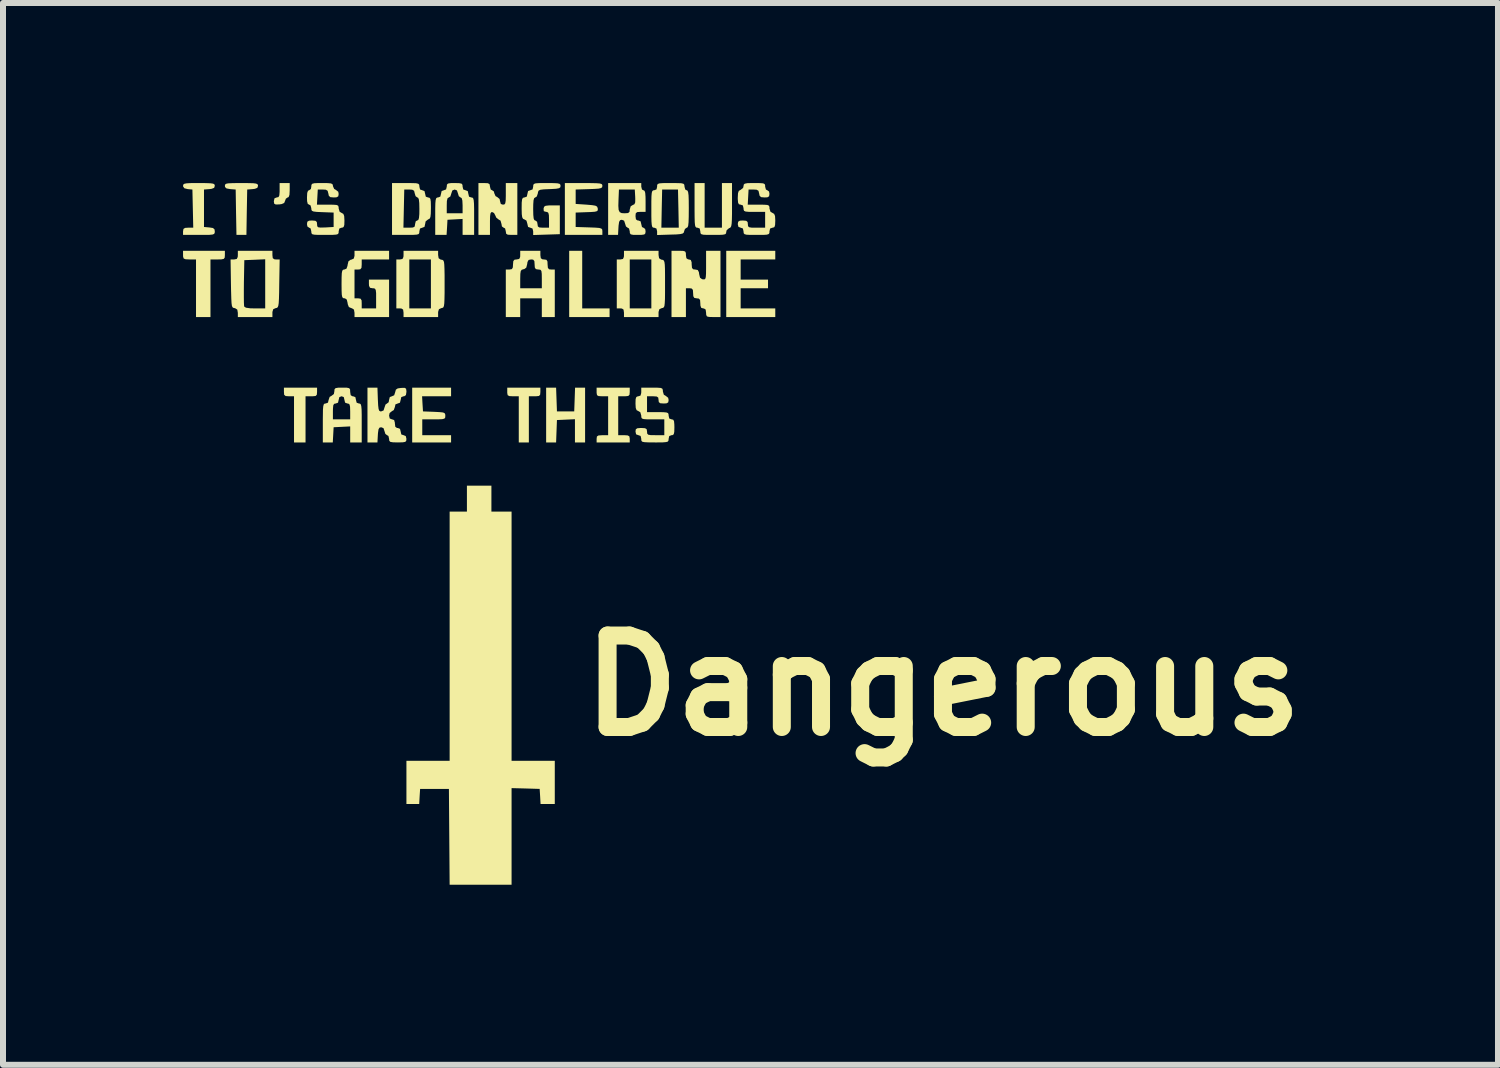
<source format=kicad_pcb>
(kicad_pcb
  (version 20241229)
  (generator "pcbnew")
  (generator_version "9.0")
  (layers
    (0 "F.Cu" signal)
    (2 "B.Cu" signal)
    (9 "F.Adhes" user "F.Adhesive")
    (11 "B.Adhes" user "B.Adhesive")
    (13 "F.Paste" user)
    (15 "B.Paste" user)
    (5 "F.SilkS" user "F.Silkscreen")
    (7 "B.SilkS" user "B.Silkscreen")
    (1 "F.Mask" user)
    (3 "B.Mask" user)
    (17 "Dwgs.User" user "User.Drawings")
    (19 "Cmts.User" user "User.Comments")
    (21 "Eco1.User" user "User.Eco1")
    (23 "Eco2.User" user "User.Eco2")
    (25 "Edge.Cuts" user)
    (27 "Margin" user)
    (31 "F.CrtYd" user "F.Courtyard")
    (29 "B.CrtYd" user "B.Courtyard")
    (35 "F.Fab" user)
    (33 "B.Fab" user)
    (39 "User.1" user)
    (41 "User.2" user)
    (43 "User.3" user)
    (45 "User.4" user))
  (footprint "Dangerous"
    (layer "F.Cu")
    (at 5.042 5.834)
    (property "Reference" "Dangerous" (at 7.62 2.54 0) (layer "F.SilkS") (effects (font (size 1.524 1.524) (thickness 0.3))))
    (attr board_only exclude_from_pos_files exclude_from_bom)
    (fp_poly (pts (xy 1.609 -3.745) (xy 2.065 -3.745) (xy 2.065 -3.601) (xy 1.392 -3.601) (xy 1.392 -4.705) (xy 1.609 -4.705)) (stroke (width 0) (type solid)) (fill yes) (layer "F.SilkS"))
    (fp_poly (pts (xy 4.826 -4.561) (xy 4.249 -4.561) (xy 4.249 -4.225) (xy 4.705 -4.225) (xy 4.705 -4.081) (xy 4.249 -4.081) (xy 4.249 -3.745) (xy 4.826 -3.745) (xy 4.826 -3.601) (xy 4.009 -3.601) (xy 4.009 -4.705) (xy 4.826 -4.705)) (stroke (width 0) (type solid)) (fill yes) (layer "F.SilkS"))
    (fp_poly (pts (xy -2.809 -2.353) (xy -2.813 -2.307) (xy -2.833 -2.286) (xy -2.884 -2.281) (xy -2.905 -2.281) (xy -3.001 -2.281) (xy -3.001 -1.512) (xy -3.193 -1.512) (xy -3.193 -2.281) (xy -3.277 -2.281) (xy -3.333 -2.285) (xy -3.357 -2.305) (xy -3.361 -2.353) (xy -3.361 -2.425) (xy -2.809 -2.425)) (stroke (width 0) (type solid)) (fill yes) (layer "F.SilkS"))
    (fp_poly (pts (xy -4.345 -4.633) (xy -4.348 -4.591) (xy -4.364 -4.57) (xy -4.406 -4.562) (xy -4.465 -4.561) (xy -4.585 -4.561) (xy -4.585 -3.601) (xy -4.826 -3.601) (xy -4.826 -4.561) (xy -4.934 -4.561) (xy -5 -4.564) (xy -5.031 -4.576) (xy -5.041 -4.606) (xy -5.042 -4.633) (xy -5.042 -4.705) (xy -4.345 -4.705)) (stroke (width 0) (type solid)) (fill yes) (layer "F.SilkS"))
    (fp_poly (pts (xy 0.912 -2.353) (xy 0.908 -2.307) (xy 0.888 -2.286) (xy 0.837 -2.281) (xy 0.816 -2.281) (xy 0.72 -2.281) (xy 0.72 -1.512) (xy 0.552 -1.512) (xy 0.552 -2.281) (xy 0.456 -2.281) (xy 0.395 -2.284) (xy 0.367 -2.299) (xy 0.36 -2.337) (xy 0.36 -2.353) (xy 0.36 -2.425) (xy 0.912 -2.425)) (stroke (width 0) (type solid)) (fill yes) (layer "F.SilkS"))
    (fp_poly (pts (xy 1.181 -2.227) (xy 1.188 -2.029) (xy 1.476 -2.029) (xy 1.483 -2.227) (xy 1.49 -2.425) (xy 1.657 -2.425) (xy 1.657 -1.512) (xy 1.488 -1.512) (xy 1.488 -1.899) (xy 1.338 -1.892) (xy 1.188 -1.885) (xy 1.181 -1.699) (xy 1.174 -1.512) (xy 1.008 -1.512) (xy 1.008 -2.425) (xy 1.174 -2.425)) (stroke (width 0) (type solid)) (fill yes) (layer "F.SilkS"))
    (fp_poly (pts (xy -3.265 -5.714) (xy -3.269 -5.637) (xy -3.283 -5.6) (xy -3.299 -5.594) (xy -3.329 -5.573) (xy -3.341 -5.54) (xy -3.357 -5.502) (xy -3.398 -5.484) (xy -3.439 -5.478) (xy -3.498 -5.477) (xy -3.523 -5.49) (xy -3.529 -5.528) (xy -3.529 -5.532) (xy -3.518 -5.58) (xy -3.481 -5.594) (xy -3.452 -5.6) (xy -3.438 -5.627) (xy -3.433 -5.686) (xy -3.433 -5.714) (xy -3.433 -5.834) (xy -3.265 -5.834)) (stroke (width 0) (type solid)) (fill yes) (layer "F.SilkS"))
    (fp_poly (pts (xy -0.576 -2.281) (xy -1.059 -2.281) (xy -1.052 -2.155) (xy -1.044 -2.029) (xy -0.858 -2.022) (xy -0.765 -2.017) (xy -0.709 -2.011) (xy -0.682 -1.998) (xy -0.673 -1.977) (xy -0.672 -1.956) (xy -0.674 -1.926) (xy -0.687 -1.909) (xy -0.721 -1.9) (xy -0.785 -1.897) (xy -0.864 -1.897) (xy -1.056 -1.897) (xy -1.056 -1.633) (xy -0.576 -1.633) (xy -0.576 -1.512) (xy -1.224 -1.512) (xy -1.224 -2.425) (xy -0.576 -2.425)) (stroke (width 0) (type solid)) (fill yes) (layer "F.SilkS"))
    (fp_poly (pts (xy 0.096 -0.36) (xy 0.432 -0.36) (xy 0.432 3.793) (xy 1.152 3.793) (xy 1.152 4.513) (xy 0.915 4.513) (xy 0.908 4.387) (xy 0.9 4.261) (xy 0.666 4.254) (xy 0.432 4.248) (xy 0.432 5.858) (xy -0.6 5.858) (xy -0.606 5.06) (xy -0.612 4.261) (xy -1.092 4.261) (xy -1.1 4.387) (xy -1.107 4.513) (xy -1.32 4.513) (xy -1.32 3.793) (xy -0.6 3.793) (xy -0.6 -0.36) (xy -0.312 -0.36) (xy -0.312 -0.792) (xy 0.096 -0.792)) (stroke (width 0) (type solid)) (fill yes) (layer "F.SilkS"))
    (fp_poly (pts (xy -3.951 -5.833) (xy -3.872 -5.831) (xy -3.825 -5.825) (xy -3.801 -5.814) (xy -3.794 -5.797) (xy -3.793 -5.787) (xy -3.804 -5.754) (xy -3.845 -5.738) (xy -3.883 -5.733) (xy -3.973 -5.726) (xy -3.98 -5.348) (xy -3.986 -4.97) (xy -4.152 -4.97) (xy -4.159 -5.348) (xy -4.165 -5.726) (xy -4.255 -5.733) (xy -4.317 -5.744) (xy -4.342 -5.767) (xy -4.345 -5.787) (xy -4.342 -5.807) (xy -4.327 -5.821) (xy -4.292 -5.829) (xy -4.229 -5.832) (xy -4.129 -5.834) (xy -4.069 -5.834)) (stroke (width 0) (type solid)) (fill yes) (layer "F.SilkS"))
    (fp_poly (pts (xy 2.401 -2.353) (xy 2.397 -2.307) (xy 2.376 -2.286) (xy 2.325 -2.281) (xy 2.305 -2.281) (xy 2.209 -2.281) (xy 2.209 -1.633) (xy 2.305 -1.633) (xy 2.367 -1.629) (xy 2.394 -1.614) (xy 2.401 -1.578) (xy 2.401 -1.572) (xy 2.401 -1.512) (xy 1.849 -1.512) (xy 1.849 -1.572) (xy 1.854 -1.611) (xy 1.879 -1.628) (xy 1.936 -1.632) (xy 1.945 -1.633) (xy 2.041 -1.633) (xy 2.041 -2.281) (xy 1.945 -2.281) (xy 1.883 -2.284) (xy 1.856 -2.299) (xy 1.849 -2.337) (xy 1.849 -2.353) (xy 1.849 -2.425) (xy 2.401 -2.425)) (stroke (width 0) (type solid)) (fill yes) (layer "F.SilkS"))
    (fp_poly (pts (xy 3.649 -5.09) (xy 3.937 -5.09) (xy 3.937 -5.834) (xy 4.105 -5.834) (xy 4.105 -5.465) (xy 4.105 -5.324) (xy 4.103 -5.224) (xy 4.099 -5.157) (xy 4.092 -5.117) (xy 4.081 -5.095) (xy 4.065 -5.085) (xy 4.057 -5.083) (xy 4.017 -5.05) (xy 4.009 -5.02) (xy 4.006 -4.996) (xy 3.991 -4.981) (xy 3.953 -4.973) (xy 3.886 -4.97) (xy 3.793 -4.97) (xy 3.691 -4.97) (xy 3.627 -4.973) (xy 3.593 -4.982) (xy 3.58 -4.998) (xy 3.577 -5.024) (xy 3.577 -5.03) (xy 3.566 -5.077) (xy 3.529 -5.09) (xy 3.511 -5.092) (xy 3.498 -5.103) (xy 3.489 -5.131) (xy 3.484 -5.183) (xy 3.482 -5.264) (xy 3.481 -5.383) (xy 3.481 -5.462) (xy 3.481 -5.834) (xy 3.649 -5.834)) (stroke (width 0) (type solid)) (fill yes) (layer "F.SilkS"))
    (fp_poly (pts (xy 1.76 -5.833) (xy 1.847 -5.831) (xy 1.901 -5.827) (xy 1.931 -5.818) (xy 1.943 -5.804) (xy 1.945 -5.787) (xy 1.941 -5.764) (xy 1.922 -5.75) (xy 1.881 -5.741) (xy 1.807 -5.736) (xy 1.723 -5.733) (xy 1.5 -5.726) (xy 1.5 -5.486) (xy 1.681 -5.474) (xy 1.773 -5.466) (xy 1.828 -5.457) (xy 1.856 -5.442) (xy 1.867 -5.417) (xy 1.868 -5.409) (xy 1.869 -5.382) (xy 1.856 -5.366) (xy 1.819 -5.356) (xy 1.749 -5.351) (xy 1.688 -5.349) (xy 1.5 -5.342) (xy 1.5 -5.102) (xy 1.723 -5.095) (xy 1.827 -5.091) (xy 1.892 -5.086) (xy 1.927 -5.076) (xy 1.942 -5.06) (xy 1.945 -5.034) (xy 1.945 -5.029) (xy 1.945 -4.97) (xy 1.32 -4.97) (xy 1.32 -5.834) (xy 1.633 -5.834)) (stroke (width 0) (type solid)) (fill yes) (layer "F.SilkS"))
    (fp_poly (pts (xy -4.662 -5.833) (xy -4.586 -5.83) (xy -4.541 -5.824) (xy -4.52 -5.813) (xy -4.514 -5.795) (xy -4.513 -5.787) (xy -4.524 -5.754) (xy -4.565 -5.738) (xy -4.603 -5.733) (xy -4.693 -5.726) (xy -4.693 -5.102) (xy -4.603 -5.094) (xy -4.544 -5.085) (xy -4.518 -5.063) (xy -4.513 -5.028) (xy -4.515 -5.003) (xy -4.525 -4.986) (xy -4.551 -4.976) (xy -4.603 -4.971) (xy -4.688 -4.97) (xy -4.778 -4.97) (xy -5.042 -4.97) (xy -5.042 -5.03) (xy -5.035 -5.07) (xy -5.007 -5.087) (xy -4.957 -5.09) (xy -4.872 -5.09) (xy -4.879 -5.408) (xy -4.886 -5.726) (xy -4.964 -5.733) (xy -5.02 -5.747) (xy -5.041 -5.777) (xy -5.042 -5.787) (xy -5.038 -5.808) (xy -5.023 -5.821) (xy -4.986 -5.829) (xy -4.921 -5.833) (xy -4.819 -5.834) (xy -4.778 -5.834)) (stroke (width 0) (type solid)) (fill yes) (layer "F.SilkS"))
    (fp_poly (pts (xy -0.792 -4.635) (xy -0.783 -4.581) (xy -0.75 -4.559) (xy -0.738 -4.557) (xy -0.718 -4.553) (xy -0.704 -4.542) (xy -0.694 -4.518) (xy -0.689 -4.474) (xy -0.686 -4.402) (xy -0.684 -4.296) (xy -0.684 -4.153) (xy -0.684 -4.007) (xy -0.686 -3.902) (xy -0.689 -3.831) (xy -0.695 -3.787) (xy -0.704 -3.764) (xy -0.719 -3.754) (xy -0.738 -3.75) (xy -0.778 -3.732) (xy -0.792 -3.686) (xy -0.792 -3.671) (xy -0.792 -3.601) (xy -1.368 -3.601) (xy -1.368 -3.673) (xy -1.375 -3.725) (xy -1.402 -3.743) (xy -1.428 -3.745) (xy -1.272 -3.745) (xy -0.912 -3.745) (xy -0.912 -4.561) (xy -1.272 -4.561) (xy -1.272 -3.745) (xy -1.428 -3.745) (xy -1.488 -3.745) (xy -1.488 -4.561) (xy -1.428 -4.561) (xy -1.386 -4.569) (xy -1.37 -4.602) (xy -1.368 -4.633) (xy -1.368 -4.705) (xy -0.792 -4.705)) (stroke (width 0) (type solid)) (fill yes) (layer "F.SilkS"))
    (fp_poly (pts (xy 2.881 -4.635) (xy 2.89 -4.581) (xy 2.924 -4.559) (xy 2.935 -4.557) (xy 2.955 -4.553) (xy 2.969 -4.542) (xy 2.979 -4.518) (xy 2.985 -4.474) (xy 2.988 -4.402) (xy 2.989 -4.296) (xy 2.989 -4.153) (xy 2.989 -4.007) (xy 2.988 -3.902) (xy 2.984 -3.831) (xy 2.979 -3.787) (xy 2.969 -3.764) (xy 2.954 -3.754) (xy 2.935 -3.75) (xy 2.895 -3.732) (xy 2.881 -3.686) (xy 2.881 -3.671) (xy 2.881 -3.601) (xy 2.305 -3.601) (xy 2.305 -3.673) (xy 2.298 -3.725) (xy 2.271 -3.743) (xy 2.245 -3.745) (xy 2.401 -3.745) (xy 2.761 -3.745) (xy 2.761 -4.561) (xy 2.401 -4.561) (xy 2.401 -3.745) (xy 2.245 -3.745) (xy 2.185 -3.745) (xy 2.185 -4.561) (xy 2.245 -4.561) (xy 2.288 -4.569) (xy 2.303 -4.602) (xy 2.305 -4.633) (xy 2.305 -4.705) (xy 2.881 -4.705)) (stroke (width 0) (type solid)) (fill yes) (layer "F.SilkS"))
    (fp_poly (pts (xy 0.038 -5.831) (xy 0.065 -5.815) (xy 0.072 -5.779) (xy 0.072 -5.774) (xy 0.085 -5.726) (xy 0.108 -5.714) (xy 0.137 -5.694) (xy 0.144 -5.664) (xy 0.165 -5.616) (xy 0.192 -5.601) (xy 0.232 -5.569) (xy 0.24 -5.531) (xy 0.253 -5.485) (xy 0.288 -5.474) (xy 0.313 -5.478) (xy 0.327 -5.497) (xy 0.334 -5.542) (xy 0.336 -5.621) (xy 0.336 -5.654) (xy 0.336 -5.834) (xy 0.528 -5.834) (xy 0.528 -4.97) (xy 0.432 -4.97) (xy 0.37 -4.973) (xy 0.343 -4.988) (xy 0.336 -5.024) (xy 0.336 -5.03) (xy 0.324 -5.078) (xy 0.3 -5.09) (xy 0.271 -5.111) (xy 0.264 -5.152) (xy 0.248 -5.208) (xy 0.217 -5.226) (xy 0.177 -5.258) (xy 0.163 -5.29) (xy 0.14 -5.334) (xy 0.114 -5.349) (xy 0.093 -5.348) (xy 0.081 -5.329) (xy 0.074 -5.283) (xy 0.072 -5.201) (xy 0.072 -5.163) (xy 0.072 -4.97) (xy -0.12 -4.97) (xy -0.12 -5.834) (xy -0.024 -5.834)) (stroke (width 0) (type solid)) (fill yes) (layer "F.SilkS"))
    (fp_poly (pts (xy -3.553 -4.633) (xy -3.547 -4.582) (xy -3.519 -4.563) (xy -3.493 -4.561) (xy -3.432 -4.561) (xy -3.439 -4.159) (xy -3.441 -4.012) (xy -3.444 -3.906) (xy -3.448 -3.834) (xy -3.455 -3.789) (xy -3.465 -3.765) (xy -3.479 -3.754) (xy -3.499 -3.75) (xy -3.539 -3.732) (xy -3.553 -3.686) (xy -3.553 -3.671) (xy -3.553 -3.601) (xy -4.129 -3.601) (xy -4.129 -3.671) (xy -4.138 -3.725) (xy -4.172 -3.747) (xy -4.183 -3.75) (xy -4.203 -3.754) (xy -4.218 -3.765) (xy -4.228 -3.789) (xy -4.234 -3.834) (xy -4.238 -3.907) (xy -4.241 -4.014) (xy -4.242 -4.048) (xy -4.029 -4.048) (xy -4.029 -3.933) (xy -4.028 -3.844) (xy -4.025 -3.789) (xy -4.023 -3.776) (xy -3.994 -3.757) (xy -3.923 -3.747) (xy -3.842 -3.745) (xy -3.673 -3.745) (xy -3.673 -4.564) (xy -3.847 -4.556) (xy -4.021 -4.549) (xy -4.028 -4.178) (xy -4.029 -4.048) (xy -4.242 -4.048) (xy -4.244 -4.159) (xy -4.25 -4.561) (xy -4.19 -4.561) (xy -4.147 -4.569) (xy -4.131 -4.602) (xy -4.129 -4.633) (xy -4.129 -4.705) (xy -3.553 -4.705)) (stroke (width 0) (type solid)) (fill yes) (layer "F.SilkS"))
    (fp_poly (pts (xy 3.288 -4.704) (xy 3.324 -4.694) (xy 3.336 -4.669) (xy 3.337 -4.633) (xy 3.345 -4.581) (xy 3.373 -4.562) (xy 3.385 -4.561) (xy 3.418 -4.552) (xy 3.432 -4.515) (xy 3.433 -4.477) (xy 3.438 -4.421) (xy 3.458 -4.397) (xy 3.492 -4.393) (xy 3.534 -4.385) (xy 3.553 -4.35) (xy 3.558 -4.315) (xy 3.572 -4.257) (xy 3.606 -4.232) (xy 3.619 -4.23) (xy 3.644 -4.228) (xy 3.659 -4.238) (xy 3.668 -4.266) (xy 3.672 -4.323) (xy 3.673 -4.416) (xy 3.673 -4.464) (xy 3.673 -4.705) (xy 3.913 -4.705) (xy 3.913 -3.601) (xy 3.793 -3.601) (xy 3.722 -3.603) (xy 3.687 -3.612) (xy 3.675 -3.638) (xy 3.673 -3.673) (xy 3.666 -3.726) (xy 3.638 -3.744) (xy 3.625 -3.745) (xy 3.592 -3.755) (xy 3.579 -3.791) (xy 3.577 -3.829) (xy 3.573 -3.886) (xy 3.552 -3.909) (xy 3.517 -3.913) (xy 3.477 -3.92) (xy 3.46 -3.948) (xy 3.457 -3.997) (xy 3.453 -4.054) (xy 3.432 -4.077) (xy 3.397 -4.081) (xy 3.337 -4.081) (xy 3.337 -3.601) (xy 3.097 -3.601) (xy 3.097 -4.705) (xy 3.217 -4.705)) (stroke (width 0) (type solid)) (fill yes) (layer "F.SilkS"))
    (fp_poly (pts (xy 0.912 -4.633) (xy 0.919 -4.582) (xy 0.946 -4.563) (xy 0.972 -4.561) (xy 1.013 -4.555) (xy 1.03 -4.527) (xy 1.032 -4.477) (xy 1.037 -4.421) (xy 1.057 -4.397) (xy 1.092 -4.393) (xy 1.152 -4.393) (xy 1.152 -3.601) (xy 0.936 -3.601) (xy 0.936 -3.913) (xy 0.576 -3.913) (xy 0.576 -3.601) (xy 0.336 -3.601) (xy 0.336 -4.081) (xy 0.576 -4.081) (xy 0.936 -4.081) (xy 0.936 -4.237) (xy 0.935 -4.321) (xy 0.929 -4.368) (xy 0.914 -4.388) (xy 0.886 -4.393) (xy 0.876 -4.393) (xy 0.836 -4.4) (xy 0.819 -4.428) (xy 0.816 -4.477) (xy 0.812 -4.534) (xy 0.791 -4.558) (xy 0.758 -4.561) (xy 0.716 -4.553) (xy 0.697 -4.518) (xy 0.692 -4.483) (xy 0.677 -4.425) (xy 0.643 -4.4) (xy 0.63 -4.398) (xy 0.601 -4.389) (xy 0.585 -4.367) (xy 0.578 -4.32) (xy 0.576 -4.237) (xy 0.576 -4.081) (xy 0.336 -4.081) (xy 0.336 -4.393) (xy 0.396 -4.393) (xy 0.437 -4.4) (xy 0.453 -4.428) (xy 0.456 -4.477) (xy 0.461 -4.534) (xy 0.481 -4.557) (xy 0.516 -4.561) (xy 0.559 -4.569) (xy 0.575 -4.602) (xy 0.576 -4.633) (xy 0.576 -4.705) (xy 0.912 -4.705)) (stroke (width 0) (type solid)) (fill yes) (layer "F.SilkS"))
    (fp_poly (pts (xy 3.191 -5.833) (xy 3.257 -5.831) (xy 3.294 -5.823) (xy 3.309 -5.808) (xy 3.313 -5.784) (xy 3.313 -5.774) (xy 3.326 -5.726) (xy 3.349 -5.714) (xy 3.364 -5.707) (xy 3.374 -5.681) (xy 3.381 -5.63) (xy 3.384 -5.546) (xy 3.385 -5.422) (xy 3.385 -5.402) (xy 3.384 -5.271) (xy 3.381 -5.181) (xy 3.375 -5.125) (xy 3.365 -5.097) (xy 3.351 -5.09) (xy 3.321 -5.069) (xy 3.309 -5.036) (xy 3.302 -5.01) (xy 3.285 -4.994) (xy 3.247 -4.984) (xy 3.18 -4.978) (xy 3.079 -4.975) (xy 2.857 -4.968) (xy 2.857 -5.029) (xy 2.846 -5.076) (xy 2.809 -5.09) (xy 2.928 -5.09) (xy 3.218 -5.09) (xy 3.212 -5.408) (xy 3.205 -5.726) (xy 2.941 -5.726) (xy 2.934 -5.408) (xy 2.928 -5.09) (xy 2.809 -5.09) (xy 2.789 -5.092) (xy 2.776 -5.105) (xy 2.768 -5.136) (xy 2.763 -5.193) (xy 2.761 -5.283) (xy 2.761 -5.402) (xy 2.761 -5.529) (xy 2.763 -5.616) (xy 2.768 -5.671) (xy 2.777 -5.7) (xy 2.791 -5.712) (xy 2.809 -5.714) (xy 2.847 -5.728) (xy 2.857 -5.774) (xy 2.858 -5.802) (xy 2.869 -5.819) (xy 2.898 -5.829) (xy 2.954 -5.833) (xy 3.046 -5.834) (xy 3.085 -5.834)) (stroke (width 0) (type solid)) (fill yes) (layer "F.SilkS"))
    (fp_poly (pts (xy -1.609 -4.561) (xy -2.065 -4.561) (xy -2.065 -4.477) (xy -2.069 -4.421) (xy -2.089 -4.397) (xy -2.125 -4.393) (xy -2.185 -4.393) (xy -2.185 -3.913) (xy -2.125 -3.913) (xy -2.084 -3.907) (xy -2.067 -3.879) (xy -2.065 -3.829) (xy -2.065 -3.745) (xy -1.825 -3.745) (xy -1.825 -3.913) (xy -1.825 -4.001) (xy -1.831 -4.051) (xy -1.844 -4.074) (xy -1.869 -4.081) (xy -1.885 -4.081) (xy -1.927 -4.089) (xy -1.943 -4.122) (xy -1.945 -4.153) (xy -1.945 -4.225) (xy -1.609 -4.225) (xy -1.609 -3.601) (xy -2.185 -3.601) (xy -2.185 -3.671) (xy -2.194 -3.725) (xy -2.227 -3.747) (xy -2.239 -3.75) (xy -2.279 -3.768) (xy -2.298 -3.816) (xy -2.3 -3.835) (xy -2.314 -3.892) (xy -2.344 -3.913) (xy -2.354 -3.913) (xy -2.375 -3.917) (xy -2.389 -3.934) (xy -2.397 -3.972) (xy -2.4 -4.041) (xy -2.401 -4.149) (xy -2.401 -4.153) (xy -2.4 -4.263) (xy -2.397 -4.333) (xy -2.389 -4.372) (xy -2.376 -4.389) (xy -2.355 -4.393) (xy -2.354 -4.393) (xy -2.319 -4.407) (xy -2.302 -4.454) (xy -2.3 -4.471) (xy -2.286 -4.53) (xy -2.252 -4.555) (xy -2.239 -4.557) (xy -2.198 -4.575) (xy -2.185 -4.62) (xy -2.185 -4.635) (xy -2.185 -4.705) (xy -1.609 -4.705)) (stroke (width 0) (type solid)) (fill yes) (layer "F.SilkS"))
    (fp_poly (pts (xy -0.441 -5.832) (xy -0.401 -5.824) (xy -0.386 -5.804) (xy -0.384 -5.774) (xy -0.373 -5.727) (xy -0.336 -5.714) (xy -0.298 -5.7) (xy -0.288 -5.654) (xy -0.277 -5.607) (xy -0.24 -5.594) (xy -0.22 -5.591) (xy -0.207 -5.578) (xy -0.199 -5.547) (xy -0.194 -5.49) (xy -0.192 -5.4) (xy -0.192 -5.282) (xy -0.192 -4.97) (xy -0.384 -4.97) (xy -0.384 -5.236) (xy -0.51 -5.229) (xy -0.636 -5.222) (xy -0.643 -5.096) (xy -0.651 -4.97) (xy -0.84 -4.97) (xy -0.84 -5.282) (xy -0.84 -5.33) (xy -0.648 -5.33) (xy -0.384 -5.33) (xy -0.384 -5.462) (xy -0.388 -5.542) (xy -0.4 -5.584) (xy -0.419 -5.594) (xy -0.447 -5.615) (xy -0.461 -5.66) (xy -0.478 -5.711) (xy -0.516 -5.726) (xy -0.555 -5.71) (xy -0.572 -5.66) (xy -0.588 -5.61) (xy -0.614 -5.594) (xy -0.635 -5.58) (xy -0.646 -5.534) (xy -0.648 -5.462) (xy -0.648 -5.33) (xy -0.84 -5.33) (xy -0.84 -5.409) (xy -0.838 -5.496) (xy -0.833 -5.55) (xy -0.824 -5.58) (xy -0.81 -5.592) (xy -0.792 -5.594) (xy -0.755 -5.608) (xy -0.744 -5.654) (xy -0.733 -5.701) (xy -0.696 -5.714) (xy -0.659 -5.728) (xy -0.648 -5.774) (xy -0.645 -5.808) (xy -0.627 -5.826) (xy -0.582 -5.833) (xy -0.516 -5.834)) (stroke (width 0) (type solid)) (fill yes) (layer "F.SilkS"))
    (fp_poly (pts (xy 2.593 -5.774) (xy 2.605 -5.726) (xy 2.629 -5.714) (xy 2.648 -5.704) (xy 2.659 -5.67) (xy 2.664 -5.603) (xy 2.665 -5.534) (xy 2.665 -5.354) (xy 2.581 -5.354) (xy 2.524 -5.35) (xy 2.501 -5.329) (xy 2.497 -5.282) (xy 2.504 -5.229) (xy 2.532 -5.21) (xy 2.545 -5.21) (xy 2.582 -5.196) (xy 2.593 -5.15) (xy 2.605 -5.101) (xy 2.629 -5.09) (xy 2.658 -5.069) (xy 2.665 -5.03) (xy 2.661 -4.995) (xy 2.643 -4.977) (xy 2.599 -4.971) (xy 2.533 -4.97) (xy 2.457 -4.971) (xy 2.418 -4.979) (xy 2.403 -5) (xy 2.401 -5.03) (xy 2.389 -5.077) (xy 2.366 -5.09) (xy 2.338 -5.111) (xy 2.324 -5.156) (xy 2.307 -5.207) (xy 2.269 -5.222) (xy 2.24 -5.215) (xy 2.224 -5.187) (xy 2.215 -5.126) (xy 2.213 -5.096) (xy 2.206 -4.97) (xy 2.041 -4.97) (xy 2.041 -5.454) (xy 2.211 -5.454) (xy 2.216 -5.386) (xy 2.234 -5.349) (xy 2.267 -5.333) (xy 2.316 -5.33) (xy 2.373 -5.334) (xy 2.397 -5.354) (xy 2.401 -5.392) (xy 2.417 -5.447) (xy 2.45 -5.467) (xy 2.479 -5.481) (xy 2.492 -5.512) (xy 2.493 -5.572) (xy 2.492 -5.603) (xy 2.485 -5.726) (xy 2.221 -5.726) (xy 2.214 -5.56) (xy 2.211 -5.454) (xy 2.041 -5.454) (xy 2.041 -5.834) (xy 2.593 -5.834)) (stroke (width 0) (type solid)) (fill yes) (layer "F.SilkS"))
    (fp_poly (pts (xy -1.227 -5.833) (xy -1.16 -5.831) (xy -1.124 -5.823) (xy -1.108 -5.808) (xy -1.104 -5.784) (xy -1.104 -5.774) (xy -1.093 -5.727) (xy -1.056 -5.714) (xy -1.019 -5.7) (xy -1.008 -5.654) (xy -0.997 -5.607) (xy -0.96 -5.594) (xy -0.936 -5.589) (xy -0.921 -5.57) (xy -0.914 -5.525) (xy -0.912 -5.445) (xy -0.912 -5.417) (xy -0.914 -5.324) (xy -0.92 -5.269) (xy -0.933 -5.241) (xy -0.957 -5.228) (xy -0.96 -5.227) (xy -1 -5.195) (xy -1.008 -5.152) (xy -1.019 -5.104) (xy -1.055 -5.09) (xy -1.056 -5.09) (xy -1.094 -5.076) (xy -1.104 -5.03) (xy -1.106 -5.002) (xy -1.117 -4.984) (xy -1.146 -4.975) (xy -1.202 -4.971) (xy -1.294 -4.97) (xy -1.332 -4.97) (xy -1.56 -4.97) (xy -1.56 -5.09) (xy -1.37 -5.09) (xy -1.273 -5.09) (xy -1.211 -5.093) (xy -1.183 -5.108) (xy -1.176 -5.144) (xy -1.176 -5.15) (xy -1.164 -5.198) (xy -1.14 -5.21) (xy -1.122 -5.219) (xy -1.111 -5.252) (xy -1.105 -5.317) (xy -1.104 -5.402) (xy -1.106 -5.501) (xy -1.113 -5.561) (xy -1.125 -5.589) (xy -1.139 -5.594) (xy -1.167 -5.615) (xy -1.181 -5.66) (xy -1.192 -5.705) (xy -1.223 -5.723) (xy -1.272 -5.726) (xy -1.356 -5.726) (xy -1.363 -5.408) (xy -1.37 -5.09) (xy -1.56 -5.09) (xy -1.56 -5.834) (xy -1.332 -5.834)) (stroke (width 0) (type solid)) (fill yes) (layer "F.SilkS"))
    (fp_poly (pts (xy -2.313 -2.424) (xy -2.274 -2.416) (xy -2.259 -2.395) (xy -2.257 -2.354) (xy -2.257 -2.353) (xy -2.249 -2.3) (xy -2.221 -2.281) (xy -2.209 -2.281) (xy -2.171 -2.267) (xy -2.161 -2.221) (xy -2.149 -2.174) (xy -2.113 -2.161) (xy -2.093 -2.158) (xy -2.08 -2.145) (xy -2.072 -2.115) (xy -2.067 -2.06) (xy -2.065 -1.971) (xy -2.065 -1.843) (xy -2.065 -1.837) (xy -2.065 -1.512) (xy -2.257 -1.512) (xy -2.257 -1.779) (xy -2.395 -1.772) (xy -2.533 -1.765) (xy -2.54 -1.639) (xy -2.547 -1.512) (xy -2.713 -1.512) (xy -2.713 -1.837) (xy -2.713 -1.897) (xy -2.545 -1.897) (xy -2.257 -1.897) (xy -2.257 -2.029) (xy -2.259 -2.105) (xy -2.268 -2.145) (xy -2.288 -2.159) (xy -2.305 -2.161) (xy -2.342 -2.175) (xy -2.353 -2.221) (xy -2.364 -2.268) (xy -2.401 -2.281) (xy -2.438 -2.267) (xy -2.449 -2.221) (xy -2.46 -2.174) (xy -2.497 -2.161) (xy -2.525 -2.155) (xy -2.539 -2.13) (xy -2.544 -2.075) (xy -2.545 -2.029) (xy -2.545 -1.897) (xy -2.713 -1.897) (xy -2.712 -1.967) (xy -2.711 -2.057) (xy -2.706 -2.113) (xy -2.698 -2.145) (xy -2.685 -2.158) (xy -2.666 -2.161) (xy -2.665 -2.161) (xy -2.627 -2.175) (xy -2.617 -2.218) (xy -2.599 -2.271) (xy -2.569 -2.288) (xy -2.529 -2.319) (xy -2.521 -2.362) (xy -2.518 -2.398) (xy -2.5 -2.417) (xy -2.457 -2.424) (xy -2.389 -2.425)) (stroke (width 0) (type solid)) (fill yes) (layer "F.SilkS"))
    (fp_poly (pts (xy -1.796 -2.227) (xy -1.791 -2.129) (xy -1.784 -2.07) (xy -1.773 -2.04) (xy -1.754 -2.029) (xy -1.741 -2.029) (xy -1.701 -2.045) (xy -1.685 -2.095) (xy -1.668 -2.144) (xy -1.643 -2.161) (xy -1.616 -2.182) (xy -1.609 -2.221) (xy -1.597 -2.268) (xy -1.562 -2.281) (xy -1.524 -2.298) (xy -1.508 -2.347) (xy -1.496 -2.391) (xy -1.465 -2.412) (xy -1.41 -2.42) (xy -1.352 -2.422) (xy -1.326 -2.408) (xy -1.32 -2.367) (xy -1.32 -2.354) (xy -1.328 -2.301) (xy -1.355 -2.282) (xy -1.368 -2.281) (xy -1.406 -2.267) (xy -1.416 -2.221) (xy -1.428 -2.174) (xy -1.464 -2.161) (xy -1.503 -2.146) (xy -1.512 -2.103) (xy -1.531 -2.051) (xy -1.56 -2.034) (xy -1.6 -2.002) (xy -1.609 -1.959) (xy -1.598 -1.911) (xy -1.562 -1.897) (xy -1.56 -1.897) (xy -1.525 -1.885) (xy -1.513 -1.843) (xy -1.512 -1.825) (xy -1.505 -1.772) (xy -1.477 -1.753) (xy -1.464 -1.753) (xy -1.427 -1.738) (xy -1.416 -1.693) (xy -1.405 -1.645) (xy -1.368 -1.633) (xy -1.331 -1.618) (xy -1.32 -1.572) (xy -1.323 -1.539) (xy -1.34 -1.521) (xy -1.382 -1.514) (xy -1.459 -1.512) (xy -1.464 -1.512) (xy -1.544 -1.514) (xy -1.587 -1.521) (xy -1.605 -1.538) (xy -1.609 -1.57) (xy -1.609 -1.572) (xy -1.62 -1.62) (xy -1.643 -1.633) (xy -1.671 -1.654) (xy -1.685 -1.699) (xy -1.702 -1.75) (xy -1.741 -1.765) (xy -1.769 -1.758) (xy -1.785 -1.73) (xy -1.794 -1.669) (xy -1.796 -1.639) (xy -1.803 -1.512) (xy -1.969 -1.512) (xy -1.969 -2.425) (xy -1.803 -2.425)) (stroke (width 0) (type solid)) (fill yes) (layer "F.SilkS"))
    (fp_poly (pts (xy 1.126 -5.833) (xy 1.193 -5.83) (xy 1.23 -5.822) (xy 1.245 -5.807) (xy 1.248 -5.787) (xy 1.244 -5.763) (xy 1.223 -5.748) (xy 1.176 -5.739) (xy 1.093 -5.734) (xy 1.062 -5.733) (xy 0.969 -5.729) (xy 0.913 -5.722) (xy 0.884 -5.709) (xy 0.873 -5.686) (xy 0.869 -5.66) (xy 0.852 -5.61) (xy 0.827 -5.594) (xy 0.809 -5.583) (xy 0.798 -5.547) (xy 0.793 -5.476) (xy 0.792 -5.402) (xy 0.794 -5.303) (xy 0.8 -5.244) (xy 0.812 -5.216) (xy 0.828 -5.21) (xy 0.857 -5.189) (xy 0.864 -5.15) (xy 0.87 -5.111) (xy 0.894 -5.094) (xy 0.952 -5.09) (xy 0.96 -5.09) (xy 1.056 -5.09) (xy 1.056 -5.222) (xy 1.054 -5.298) (xy 1.045 -5.337) (xy 1.025 -5.352) (xy 1.007 -5.354) (xy 0.969 -5.365) (xy 0.965 -5.407) (xy 0.965 -5.408) (xy 0.974 -5.439) (xy 0.999 -5.455) (xy 1.052 -5.461) (xy 1.104 -5.462) (xy 1.236 -5.462) (xy 1.236 -4.982) (xy 1.014 -4.975) (xy 0.792 -4.968) (xy 0.792 -5.029) (xy 0.781 -5.076) (xy 0.744 -5.09) (xy 0.707 -5.103) (xy 0.696 -5.15) (xy 0.696 -5.152) (xy 0.68 -5.208) (xy 0.648 -5.227) (xy 0.623 -5.238) (xy 0.609 -5.265) (xy 0.602 -5.316) (xy 0.6 -5.404) (xy 0.6 -5.417) (xy 0.601 -5.508) (xy 0.607 -5.561) (xy 0.619 -5.586) (xy 0.641 -5.594) (xy 0.648 -5.594) (xy 0.686 -5.608) (xy 0.696 -5.654) (xy 0.707 -5.701) (xy 0.744 -5.714) (xy 0.782 -5.728) (xy 0.792 -5.774) (xy 0.794 -5.802) (xy 0.805 -5.819) (xy 0.833 -5.829) (xy 0.89 -5.833) (xy 0.982 -5.834) (xy 1.02 -5.834)) (stroke (width 0) (type solid)) (fill yes) (layer "F.SilkS"))
    (fp_poly (pts (xy -2.633 -5.833) (xy -2.579 -5.828) (xy -2.553 -5.816) (xy -2.545 -5.795) (xy -2.545 -5.784) (xy -2.524 -5.736) (xy -2.497 -5.721) (xy -2.456 -5.689) (xy -2.449 -5.651) (xy -2.456 -5.612) (xy -2.486 -5.596) (xy -2.531 -5.594) (xy -2.588 -5.599) (xy -2.613 -5.622) (xy -2.621 -5.66) (xy -2.633 -5.705) (xy -2.663 -5.723) (xy -2.713 -5.726) (xy -2.797 -5.726) (xy -2.804 -5.6) (xy -2.811 -5.474) (xy -2.63 -5.474) (xy -2.538 -5.473) (xy -2.484 -5.469) (xy -2.458 -5.457) (xy -2.45 -5.435) (xy -2.449 -5.411) (xy -2.433 -5.356) (xy -2.401 -5.337) (xy -2.371 -5.32) (xy -2.357 -5.284) (xy -2.353 -5.213) (xy -2.353 -5.207) (xy -2.355 -5.136) (xy -2.367 -5.101) (xy -2.391 -5.09) (xy -2.401 -5.09) (xy -2.438 -5.076) (xy -2.449 -5.03) (xy -2.45 -5.002) (xy -2.461 -4.984) (xy -2.49 -4.975) (xy -2.546 -4.971) (xy -2.638 -4.97) (xy -2.677 -4.97) (xy -2.783 -4.97) (xy -2.849 -4.973) (xy -2.886 -4.98) (xy -2.901 -4.995) (xy -2.905 -5.019) (xy -2.905 -5.03) (xy -2.917 -5.078) (xy -2.941 -5.09) (xy -2.97 -5.11) (xy -2.977 -5.15) (xy -2.971 -5.19) (xy -2.942 -5.207) (xy -2.893 -5.21) (xy -2.836 -5.205) (xy -2.813 -5.185) (xy -2.809 -5.148) (xy -2.806 -5.114) (xy -2.79 -5.097) (xy -2.75 -5.092) (xy -2.674 -5.094) (xy -2.671 -5.094) (xy -2.533 -5.102) (xy -2.533 -5.342) (xy -2.719 -5.349) (xy -2.812 -5.353) (xy -2.868 -5.36) (xy -2.895 -5.372) (xy -2.904 -5.394) (xy -2.905 -5.415) (xy -2.918 -5.462) (xy -2.941 -5.474) (xy -2.964 -5.487) (xy -2.975 -5.531) (xy -2.977 -5.594) (xy -2.973 -5.669) (xy -2.96 -5.706) (xy -2.941 -5.714) (xy -2.912 -5.735) (xy -2.905 -5.774) (xy -2.903 -5.804) (xy -2.889 -5.822) (xy -2.854 -5.831) (xy -2.788 -5.834) (xy -2.725 -5.834)) (stroke (width 0) (type solid)) (fill yes) (layer "F.SilkS"))
    (fp_poly (pts (xy 2.864 -2.424) (xy 2.918 -2.42) (xy 2.944 -2.408) (xy 2.952 -2.386) (xy 2.953 -2.362) (xy 2.969 -2.307) (xy 3.001 -2.288) (xy 3.041 -2.256) (xy 3.049 -2.218) (xy 3.042 -2.179) (xy 3.012 -2.163) (xy 2.965 -2.161) (xy 2.908 -2.165) (xy 2.885 -2.185) (xy 2.881 -2.221) (xy 2.876 -2.259) (xy 2.851 -2.277) (xy 2.793 -2.281) (xy 2.785 -2.281) (xy 2.689 -2.281) (xy 2.689 -2.017) (xy 2.869 -2.017) (xy 2.96 -2.016) (xy 3.014 -2.011) (xy 3.04 -2) (xy 3.048 -1.978) (xy 3.049 -1.957) (xy 3.06 -1.91) (xy 3.097 -1.897) (xy 3.125 -1.891) (xy 3.139 -1.866) (xy 3.144 -1.811) (xy 3.145 -1.765) (xy 3.143 -1.688) (xy 3.134 -1.648) (xy 3.114 -1.634) (xy 3.097 -1.633) (xy 3.059 -1.618) (xy 3.049 -1.572) (xy 3.047 -1.545) (xy 3.037 -1.527) (xy 3.008 -1.518) (xy 2.952 -1.513) (xy 2.859 -1.512) (xy 2.821 -1.512) (xy 2.715 -1.513) (xy 2.649 -1.516) (xy 2.612 -1.523) (xy 2.596 -1.538) (xy 2.593 -1.562) (xy 2.593 -1.572) (xy 2.582 -1.62) (xy 2.545 -1.633) (xy 2.507 -1.647) (xy 2.497 -1.693) (xy 2.502 -1.731) (xy 2.527 -1.748) (xy 2.584 -1.753) (xy 2.593 -1.753) (xy 2.655 -1.749) (xy 2.682 -1.734) (xy 2.689 -1.698) (xy 2.689 -1.693) (xy 2.692 -1.659) (xy 2.709 -1.641) (xy 2.75 -1.634) (xy 2.828 -1.633) (xy 2.833 -1.633) (xy 2.977 -1.633) (xy 2.977 -1.897) (xy 2.785 -1.897) (xy 2.69 -1.897) (xy 2.633 -1.901) (xy 2.604 -1.911) (xy 2.594 -1.931) (xy 2.593 -1.959) (xy 2.577 -2.015) (xy 2.545 -2.034) (xy 2.515 -2.05) (xy 2.501 -2.087) (xy 2.497 -2.157) (xy 2.497 -2.163) (xy 2.499 -2.234) (xy 2.511 -2.269) (xy 2.535 -2.28) (xy 2.545 -2.281) (xy 2.58 -2.292) (xy 2.592 -2.334) (xy 2.593 -2.353) (xy 2.593 -2.425) (xy 2.773 -2.425)) (stroke (width 0) (type solid)) (fill yes) (layer "F.SilkS"))
    (fp_poly (pts (xy 4.569 -5.833) (xy 4.623 -5.829) (xy 4.649 -5.817) (xy 4.657 -5.795) (xy 4.657 -5.774) (xy 4.67 -5.726) (xy 4.693 -5.714) (xy 4.722 -5.693) (xy 4.729 -5.654) (xy 4.723 -5.613) (xy 4.694 -5.596) (xy 4.647 -5.594) (xy 4.59 -5.599) (xy 4.565 -5.622) (xy 4.557 -5.66) (xy 4.546 -5.705) (xy 4.515 -5.723) (xy 4.465 -5.726) (xy 4.381 -5.726) (xy 4.374 -5.6) (xy 4.367 -5.474) (xy 4.548 -5.474) (xy 4.64 -5.473) (xy 4.694 -5.469) (xy 4.72 -5.457) (xy 4.729 -5.435) (xy 4.729 -5.411) (xy 4.746 -5.356) (xy 4.778 -5.337) (xy 4.807 -5.32) (xy 4.822 -5.284) (xy 4.826 -5.213) (xy 4.826 -5.207) (xy 4.823 -5.136) (xy 4.812 -5.101) (xy 4.787 -5.09) (xy 4.778 -5.09) (xy 4.74 -5.076) (xy 4.729 -5.03) (xy 4.728 -5.001) (xy 4.716 -4.984) (xy 4.686 -4.974) (xy 4.628 -4.97) (xy 4.532 -4.97) (xy 4.513 -4.97) (xy 4.411 -4.97) (xy 4.348 -4.973) (xy 4.314 -4.982) (xy 4.3 -4.998) (xy 4.297 -5.024) (xy 4.297 -5.03) (xy 4.286 -5.077) (xy 4.249 -5.09) (xy 4.212 -5.104) (xy 4.201 -5.15) (xy 4.208 -5.19) (xy 4.236 -5.207) (xy 4.285 -5.21) (xy 4.342 -5.205) (xy 4.365 -5.185) (xy 4.369 -5.15) (xy 4.372 -5.116) (xy 4.389 -5.098) (xy 4.431 -5.091) (xy 4.508 -5.09) (xy 4.513 -5.09) (xy 4.657 -5.09) (xy 4.657 -5.354) (xy 4.477 -5.354) (xy 4.386 -5.354) (xy 4.332 -5.359) (xy 4.306 -5.371) (xy 4.298 -5.393) (xy 4.297 -5.414) (xy 4.286 -5.461) (xy 4.249 -5.474) (xy 4.22 -5.48) (xy 4.206 -5.508) (xy 4.201 -5.568) (xy 4.201 -5.591) (xy 4.205 -5.664) (xy 4.218 -5.703) (xy 4.247 -5.72) (xy 4.249 -5.721) (xy 4.29 -5.753) (xy 4.297 -5.784) (xy 4.301 -5.809) (xy 4.319 -5.824) (xy 4.361 -5.832) (xy 4.437 -5.834) (xy 4.477 -5.834)) (stroke (width 0) (type solid)) (fill yes) (layer "F.SilkS")))
  (gr_rect
    (start -3 -3)
    (end 21.91 14.692)
    (stroke (width 0.1) (type default))
    (fill no)
    (layer "Edge.Cuts")))
</source>
